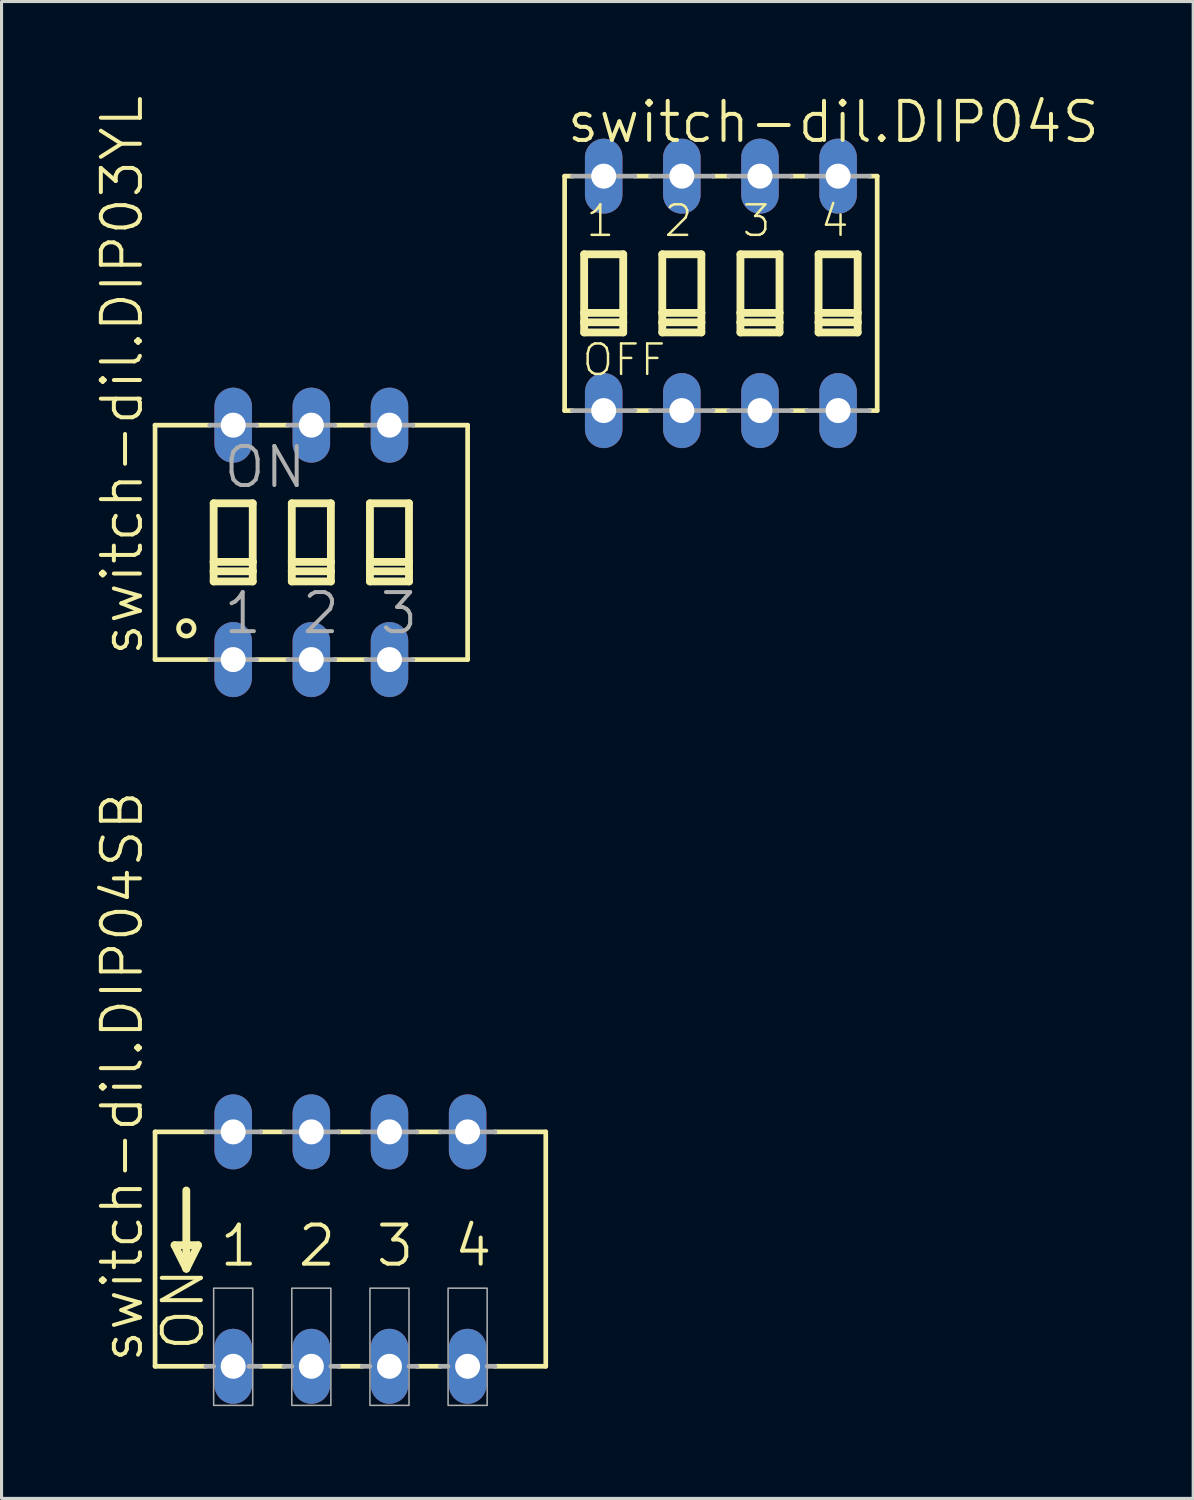
<source format=kicad_pcb>
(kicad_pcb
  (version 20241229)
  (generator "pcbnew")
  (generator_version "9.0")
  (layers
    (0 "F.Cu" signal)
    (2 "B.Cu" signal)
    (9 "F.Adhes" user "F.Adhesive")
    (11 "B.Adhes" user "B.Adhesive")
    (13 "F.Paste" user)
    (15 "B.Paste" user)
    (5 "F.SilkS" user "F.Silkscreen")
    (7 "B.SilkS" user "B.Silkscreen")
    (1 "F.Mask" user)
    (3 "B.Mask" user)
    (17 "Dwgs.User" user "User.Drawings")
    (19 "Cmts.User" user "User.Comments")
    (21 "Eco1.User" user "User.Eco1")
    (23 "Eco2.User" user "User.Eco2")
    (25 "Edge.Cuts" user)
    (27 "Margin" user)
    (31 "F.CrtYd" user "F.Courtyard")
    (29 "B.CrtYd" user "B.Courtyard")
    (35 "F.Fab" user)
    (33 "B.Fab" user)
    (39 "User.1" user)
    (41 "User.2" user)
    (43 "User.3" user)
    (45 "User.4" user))
  (footprint "switch-dil.DIP03YL"
    (layer "F.Cu")
    (at 7.07 14.58)
    (property "Reference" "switch-dil.DIP03YL" (at -5.41 3.759 90) (layer "F.SilkS") (effects (font (size 1.27 1.27) (thickness 0.13)) (justify left bottom)))
    (attr through_hole)
    (fp_line (start -5.08 -3.81) (end -5.08 3.81) (stroke (width 0.152) (type default)) (layer "F.SilkS"))
    (fp_line (start -5.08 -3.81) (end -3.302 -3.81) (stroke (width 0.152) (type default)) (layer "F.SilkS"))
    (fp_line (start -5.08 3.81) (end -3.302 3.81) (stroke (width 0.152) (type default)) (layer "F.SilkS"))
    (fp_line (start -3.175 -1.27) (end -3.175 0.635) (stroke (width 0.254) (type default)) (layer "F.SilkS"))
    (fp_line (start -3.175 0.635) (end -3.175 0.94) (stroke (width 0.254) (type default)) (layer "F.SilkS"))
    (fp_line (start -3.175 0.635) (end -1.905 0.635) (stroke (width 0.254) (type default)) (layer "F.SilkS"))
    (fp_line (start -3.175 0.94) (end -3.175 1.27) (stroke (width 0.254) (type default)) (layer "F.SilkS"))
    (fp_line (start -3.175 0.94) (end -1.905 0.94) (stroke (width 0.254) (type default)) (layer "F.SilkS"))
    (fp_line (start -3.175 1.27) (end -1.905 1.27) (stroke (width 0.254) (type default)) (layer "F.SilkS"))
    (fp_line (start -1.905 -1.27) (end -3.175 -1.27) (stroke (width 0.254) (type default)) (layer "F.SilkS"))
    (fp_line (start -1.905 0.635) (end -1.905 -1.27) (stroke (width 0.254) (type default)) (layer "F.SilkS"))
    (fp_line (start -1.905 0.94) (end -1.905 0.635) (stroke (width 0.254) (type default)) (layer "F.SilkS"))
    (fp_line (start -1.905 1.27) (end -1.905 0.94) (stroke (width 0.254) (type default)) (layer "F.SilkS"))
    (fp_line (start -1.778 3.81) (end -0.762 3.81) (stroke (width 0.152) (type default)) (layer "F.SilkS"))
    (fp_line (start -0.762 -3.81) (end -1.778 -3.81) (stroke (width 0.152) (type default)) (layer "F.SilkS"))
    (fp_line (start -0.635 -1.27) (end -0.635 0.635) (stroke (width 0.254) (type default)) (layer "F.SilkS"))
    (fp_line (start -0.635 0.635) (end -0.635 0.94) (stroke (width 0.254) (type default)) (layer "F.SilkS"))
    (fp_line (start -0.635 0.635) (end 0.635 0.635) (stroke (width 0.254) (type default)) (layer "F.SilkS"))
    (fp_line (start -0.635 0.94) (end -0.635 1.27) (stroke (width 0.254) (type default)) (layer "F.SilkS"))
    (fp_line (start -0.635 0.94) (end 0.635 0.94) (stroke (width 0.254) (type default)) (layer "F.SilkS"))
    (fp_line (start -0.635 1.27) (end 0.635 1.27) (stroke (width 0.254) (type default)) (layer "F.SilkS"))
    (fp_line (start 0.635 -1.27) (end -0.635 -1.27) (stroke (width 0.254) (type default)) (layer "F.SilkS"))
    (fp_line (start 0.635 0.635) (end 0.635 -1.27) (stroke (width 0.254) (type default)) (layer "F.SilkS"))
    (fp_line (start 0.635 0.94) (end 0.635 0.635) (stroke (width 0.254) (type default)) (layer "F.SilkS"))
    (fp_line (start 0.635 1.27) (end 0.635 0.94) (stroke (width 0.254) (type default)) (layer "F.SilkS"))
    (fp_line (start 0.762 3.81) (end 1.778 3.81) (stroke (width 0.152) (type default)) (layer "F.SilkS"))
    (fp_line (start 1.778 -3.81) (end 0.762 -3.81) (stroke (width 0.152) (type default)) (layer "F.SilkS"))
    (fp_line (start 1.905 -1.27) (end 1.905 0.635) (stroke (width 0.254) (type default)) (layer "F.SilkS"))
    (fp_line (start 1.905 0.635) (end 1.905 0.94) (stroke (width 0.254) (type default)) (layer "F.SilkS"))
    (fp_line (start 1.905 0.635) (end 3.175 0.635) (stroke (width 0.254) (type default)) (layer "F.SilkS"))
    (fp_line (start 1.905 0.94) (end 1.905 1.27) (stroke (width 0.254) (type default)) (layer "F.SilkS"))
    (fp_line (start 1.905 0.94) (end 3.175 0.94) (stroke (width 0.254) (type default)) (layer "F.SilkS"))
    (fp_line (start 1.905 1.27) (end 3.175 1.27) (stroke (width 0.254) (type default)) (layer "F.SilkS"))
    (fp_line (start 3.175 -1.27) (end 1.905 -1.27) (stroke (width 0.254) (type default)) (layer "F.SilkS"))
    (fp_line (start 3.175 0.635) (end 3.175 -1.27) (stroke (width 0.254) (type default)) (layer "F.SilkS"))
    (fp_line (start 3.175 0.94) (end 3.175 0.635) (stroke (width 0.254) (type default)) (layer "F.SilkS"))
    (fp_line (start 3.175 1.27) (end 3.175 0.94) (stroke (width 0.254) (type default)) (layer "F.SilkS"))
    (fp_line (start 5.08 -3.81) (end 3.302 -3.81) (stroke (width 0.152) (type default)) (layer "F.SilkS"))
    (fp_line (start 5.08 3.81) (end 3.302 3.81) (stroke (width 0.152) (type default)) (layer "F.SilkS"))
    (fp_line (start 5.08 3.81) (end 5.08 -3.81) (stroke (width 0.152) (type default)) (layer "F.SilkS"))
    (fp_circle (center -4.064 2.794) (end -3.81 2.794) (stroke (width 0.152) (type default)) (fill no) (layer "F.SilkS"))
    (fp_line (start -3.302 3.81) (end -1.778 3.81) (stroke (width 0.152) (type default)) (layer "F.Fab"))
    (fp_line (start -1.778 -3.81) (end -3.302 -3.81) (stroke (width 0.152) (type default)) (layer "F.Fab"))
    (fp_line (start -0.762 3.81) (end 0.762 3.81) (stroke (width 0.152) (type default)) (layer "F.Fab"))
    (fp_line (start 0.762 -3.81) (end -0.762 -3.81) (stroke (width 0.152) (type default)) (layer "F.Fab"))
    (fp_line (start 1.778 3.81) (end 3.302 3.81) (stroke (width 0.152) (type default)) (layer "F.Fab"))
    (fp_line (start 3.302 -3.81) (end 1.778 -3.81) (stroke (width 0.152) (type default)) (layer "F.Fab"))
    (fp_text user "1" (at -2.921 3.048 0) (layer "F.Fab") (effects (font (size 1.27 1.27) (thickness 0.13)) (justify left bottom)))
    (fp_text user "ON" (at -2.921 -1.702 0) (layer "F.Fab") (effects (font (size 1.27 1.27) (thickness 0.13)) (justify left bottom)))
    (fp_text user "3" (at 2.159 3.048 0) (layer "F.Fab") (effects (font (size 1.27 1.27) (thickness 0.13)) (justify left bottom)))
    (fp_text user "2" (at -0.381 3.048 0) (layer "F.Fab") (effects (font (size 1.27 1.27) (thickness 0.13)) (justify left bottom)))
    (pad "1" thru_hole oval (at -2.54 3.81 90) (size 2.438 1.219) (drill 0.813) (layers "*.Cu" "*.Mask"))
    (pad "2" thru_hole oval (at 0 3.81 90) (size 2.438 1.219) (drill 0.813) (layers "*.Cu" "*.Mask"))
    (pad "3" thru_hole oval (at 2.54 3.81 90) (size 2.438 1.219) (drill 0.813) (layers "*.Cu" "*.Mask"))
    (pad "4" thru_hole oval (at 2.54 -3.81 90) (size 2.438 1.219) (drill 0.813) (layers "*.Cu" "*.Mask"))
    (pad "5" thru_hole oval (at 0 -3.81 90) (size 2.438 1.219) (drill 0.813) (layers "*.Cu" "*.Mask"))
    (pad "6" thru_hole oval (at -2.54 -3.81 90) (size 2.438 1.219) (drill 0.813) (layers "*.Cu" "*.Mask")))
  (footprint "switch-dil.DIP04S"
    (layer "F.Cu")
    (at 20.383 6.486)
    (property "Reference" "switch-dil.DIP04S" (at -5.08 -4.826 0) (layer "F.SilkS") (effects (font (size 1.27 1.27) (thickness 0.13)) (justify left bottom)))
    (attr through_hole)
    (fp_line (start -5.08 3.81) (end -5.08 -3.81) (stroke (width 0.152) (type default)) (layer "F.SilkS"))
    (fp_line (start -4.826 -3.81) (end -5.08 -3.81) (stroke (width 0.152) (type default)) (layer "F.SilkS"))
    (fp_line (start -4.826 3.81) (end -5.08 3.81) (stroke (width 0.152) (type default)) (layer "F.SilkS"))
    (fp_line (start -4.445 -1.27) (end -4.445 0.635) (stroke (width 0.254) (type default)) (layer "F.SilkS"))
    (fp_line (start -4.445 0.635) (end -4.445 0.94) (stroke (width 0.254) (type default)) (layer "F.SilkS"))
    (fp_line (start -4.445 0.635) (end -3.175 0.635) (stroke (width 0.254) (type default)) (layer "F.SilkS"))
    (fp_line (start -4.445 0.94) (end -4.445 1.27) (stroke (width 0.254) (type default)) (layer "F.SilkS"))
    (fp_line (start -4.445 0.94) (end -3.175 0.94) (stroke (width 0.254) (type default)) (layer "F.SilkS"))
    (fp_line (start -4.445 1.27) (end -3.175 1.27) (stroke (width 0.254) (type default)) (layer "F.SilkS"))
    (fp_line (start -3.175 -1.27) (end -4.445 -1.27) (stroke (width 0.254) (type default)) (layer "F.SilkS"))
    (fp_line (start -3.175 0.635) (end -3.175 -1.27) (stroke (width 0.254) (type default)) (layer "F.SilkS"))
    (fp_line (start -3.175 0.94) (end -3.175 0.635) (stroke (width 0.254) (type default)) (layer "F.SilkS"))
    (fp_line (start -3.175 1.27) (end -3.175 0.94) (stroke (width 0.254) (type default)) (layer "F.SilkS"))
    (fp_line (start -2.794 -3.81) (end -2.286 -3.81) (stroke (width 0.152) (type default)) (layer "F.SilkS"))
    (fp_line (start -2.794 3.81) (end -2.286 3.81) (stroke (width 0.152) (type default)) (layer "F.SilkS"))
    (fp_line (start -1.905 -1.27) (end -1.905 0.635) (stroke (width 0.254) (type default)) (layer "F.SilkS"))
    (fp_line (start -1.905 0.635) (end -1.905 0.94) (stroke (width 0.254) (type default)) (layer "F.SilkS"))
    (fp_line (start -1.905 0.635) (end -0.635 0.635) (stroke (width 0.254) (type default)) (layer "F.SilkS"))
    (fp_line (start -1.905 0.94) (end -1.905 1.27) (stroke (width 0.254) (type default)) (layer "F.SilkS"))
    (fp_line (start -1.905 0.94) (end -0.635 0.94) (stroke (width 0.254) (type default)) (layer "F.SilkS"))
    (fp_line (start -1.905 1.27) (end -0.635 1.27) (stroke (width 0.254) (type default)) (layer "F.SilkS"))
    (fp_line (start -0.635 -1.27) (end -1.905 -1.27) (stroke (width 0.254) (type default)) (layer "F.SilkS"))
    (fp_line (start -0.635 0.635) (end -0.635 -1.27) (stroke (width 0.254) (type default)) (layer "F.SilkS"))
    (fp_line (start -0.635 0.94) (end -0.635 0.635) (stroke (width 0.254) (type default)) (layer "F.SilkS"))
    (fp_line (start -0.635 1.27) (end -0.635 0.94) (stroke (width 0.254) (type default)) (layer "F.SilkS"))
    (fp_line (start -0.254 -3.81) (end 0.254 -3.81) (stroke (width 0.152) (type default)) (layer "F.SilkS"))
    (fp_line (start -0.254 3.81) (end 0.254 3.81) (stroke (width 0.152) (type default)) (layer "F.SilkS"))
    (fp_line (start 0.635 -1.27) (end 0.635 0.635) (stroke (width 0.254) (type default)) (layer "F.SilkS"))
    (fp_line (start 0.635 0.635) (end 0.635 0.94) (stroke (width 0.254) (type default)) (layer "F.SilkS"))
    (fp_line (start 0.635 0.635) (end 1.905 0.635) (stroke (width 0.254) (type default)) (layer "F.SilkS"))
    (fp_line (start 0.635 0.94) (end 0.635 1.27) (stroke (width 0.254) (type default)) (layer "F.SilkS"))
    (fp_line (start 0.635 0.94) (end 1.905 0.94) (stroke (width 0.254) (type default)) (layer "F.SilkS"))
    (fp_line (start 0.635 1.27) (end 1.905 1.27) (stroke (width 0.254) (type default)) (layer "F.SilkS"))
    (fp_line (start 1.905 -1.27) (end 0.635 -1.27) (stroke (width 0.254) (type default)) (layer "F.SilkS"))
    (fp_line (start 1.905 0.635) (end 1.905 -1.27) (stroke (width 0.254) (type default)) (layer "F.SilkS"))
    (fp_line (start 1.905 0.94) (end 1.905 0.635) (stroke (width 0.254) (type default)) (layer "F.SilkS"))
    (fp_line (start 1.905 1.27) (end 1.905 0.94) (stroke (width 0.254) (type default)) (layer "F.SilkS"))
    (fp_line (start 2.286 -3.81) (end 2.794 -3.81) (stroke (width 0.152) (type default)) (layer "F.SilkS"))
    (fp_line (start 2.286 3.81) (end 2.794 3.81) (stroke (width 0.152) (type default)) (layer "F.SilkS"))
    (fp_line (start 3.175 -1.27) (end 3.175 0.635) (stroke (width 0.254) (type default)) (layer "F.SilkS"))
    (fp_line (start 3.175 0.635) (end 3.175 0.94) (stroke (width 0.254) (type default)) (layer "F.SilkS"))
    (fp_line (start 3.175 0.635) (end 4.445 0.635) (stroke (width 0.254) (type default)) (layer "F.SilkS"))
    (fp_line (start 3.175 0.94) (end 3.175 1.27) (stroke (width 0.254) (type default)) (layer "F.SilkS"))
    (fp_line (start 3.175 0.94) (end 4.445 0.94) (stroke (width 0.254) (type default)) (layer "F.SilkS"))
    (fp_line (start 3.175 1.27) (end 4.445 1.27) (stroke (width 0.254) (type default)) (layer "F.SilkS"))
    (fp_line (start 4.445 -1.27) (end 3.175 -1.27) (stroke (width 0.254) (type default)) (layer "F.SilkS"))
    (fp_line (start 4.445 0.635) (end 4.445 -1.27) (stroke (width 0.254) (type default)) (layer "F.SilkS"))
    (fp_line (start 4.445 0.94) (end 4.445 0.635) (stroke (width 0.254) (type default)) (layer "F.SilkS"))
    (fp_line (start 4.445 1.27) (end 4.445 0.94) (stroke (width 0.254) (type default)) (layer "F.SilkS"))
    (fp_line (start 4.826 -3.81) (end 5.08 -3.81) (stroke (width 0.152) (type default)) (layer "F.SilkS"))
    (fp_line (start 4.826 3.81) (end 5.08 3.81) (stroke (width 0.152) (type default)) (layer "F.SilkS"))
    (fp_line (start 5.08 -3.81) (end 5.08 3.81) (stroke (width 0.152) (type default)) (layer "F.SilkS"))
    (fp_line (start -4.826 -3.81) (end -2.794 -3.81) (stroke (width 0.152) (type default)) (layer "F.Fab"))
    (fp_line (start -2.794 3.81) (end -4.826 3.81) (stroke (width 0.152) (type default)) (layer "F.Fab"))
    (fp_line (start -2.286 -3.81) (end -0.254 -3.81) (stroke (width 0.152) (type default)) (layer "F.Fab"))
    (fp_line (start -2.286 3.81) (end -0.254 3.81) (stroke (width 0.152) (type default)) (layer "F.Fab"))
    (fp_line (start 0.254 -3.81) (end 2.286 -3.81) (stroke (width 0.152) (type default)) (layer "F.Fab"))
    (fp_line (start 0.254 3.81) (end 2.286 3.81) (stroke (width 0.152) (type default)) (layer "F.Fab"))
    (fp_line (start 2.794 -3.81) (end 4.826 -3.81) (stroke (width 0.152) (type default)) (layer "F.Fab"))
    (fp_line (start 2.794 3.81) (end 4.826 3.81) (stroke (width 0.152) (type default)) (layer "F.Fab"))
    (fp_text user "2" (at -1.905 -1.778 0) (layer "F.SilkS") (effects (font (size 0.991 0.991) (thickness 0.08)) (justify left bottom)))
    (fp_text user "OFF" (at -4.572 2.743 0) (layer "F.SilkS") (effects (font (size 0.991 0.991) (thickness 0.08)) (justify left bottom)))
    (fp_text user "4" (at 3.175 -1.778 0) (layer "F.SilkS") (effects (font (size 0.991 0.991) (thickness 0.08)) (justify left bottom)))
    (fp_text user "3" (at 0.635 -1.778 0) (layer "F.SilkS") (effects (font (size 0.991 0.991) (thickness 0.08)) (justify left bottom)))
    (fp_text user "1" (at -4.445 -1.778 0) (layer "F.SilkS") (effects (font (size 0.991 0.991) (thickness 0.08)) (justify left bottom)))
    (pad "1" thru_hole oval (at -3.81 3.81 90) (size 2.438 1.219) (drill 0.813) (layers "*.Cu" "*.Mask"))
    (pad "2" thru_hole oval (at -1.27 3.81 90) (size 2.438 1.219) (drill 0.813) (layers "*.Cu" "*.Mask"))
    (pad "3" thru_hole oval (at 1.27 3.81 90) (size 2.438 1.219) (drill 0.813) (layers "*.Cu" "*.Mask"))
    (pad "4" thru_hole oval (at 3.81 3.81 90) (size 2.438 1.219) (drill 0.813) (layers "*.Cu" "*.Mask"))
    (pad "5" thru_hole oval (at 3.81 -3.81 90) (size 2.438 1.219) (drill 0.813) (layers "*.Cu" "*.Mask"))
    (pad "6" thru_hole oval (at 1.27 -3.81 90) (size 2.438 1.219) (drill 0.813) (layers "*.Cu" "*.Mask"))
    (pad "7" thru_hole oval (at -1.27 -3.81 90) (size 2.438 1.219) (drill 0.813) (layers "*.Cu" "*.Mask"))
    (pad "8" thru_hole oval (at -3.81 -3.81 90) (size 2.438 1.219) (drill 0.813) (layers "*.Cu" "*.Mask")))
  (footprint "switch-dil.DIP04SB"
    (layer "F.Cu")
    (at 8.34 37.552)
    (property "Reference" "switch-dil.DIP04SB" (at -6.68 3.759 90) (layer "F.SilkS") (effects (font (size 1.27 1.27) (thickness 0.13)) (justify left bottom)))
    (attr through_hole)
    (fp_line (start -6.35 -3.81) (end -6.35 3.81) (stroke (width 0.152) (type default)) (layer "F.SilkS"))
    (fp_line (start -6.35 -3.81) (end -4.699 -3.81) (stroke (width 0.152) (type default)) (layer "F.SilkS"))
    (fp_line (start -6.35 3.81) (end -4.699 3.81) (stroke (width 0.152) (type default)) (layer "F.SilkS"))
    (fp_line (start -5.715 -0.127) (end -5.334 0.635) (stroke (width 0.254) (type default)) (layer "F.SilkS"))
    (fp_line (start -5.334 -1.905) (end -5.334 0.635) (stroke (width 0.254) (type default)) (layer "F.SilkS"))
    (fp_line (start -5.334 0.635) (end -4.953 -0.127) (stroke (width 0.254) (type default)) (layer "F.SilkS"))
    (fp_line (start -4.953 -0.127) (end -5.715 -0.127) (stroke (width 0.254) (type default)) (layer "F.SilkS"))
    (fp_line (start -2.921 3.81) (end -2.159 3.81) (stroke (width 0.152) (type default)) (layer "F.SilkS"))
    (fp_line (start -2.159 -3.81) (end -2.921 -3.81) (stroke (width 0.152) (type default)) (layer "F.SilkS"))
    (fp_line (start -0.381 3.81) (end 0.381 3.81) (stroke (width 0.152) (type default)) (layer "F.SilkS"))
    (fp_line (start 0.381 -3.81) (end -0.381 -3.81) (stroke (width 0.152) (type default)) (layer "F.SilkS"))
    (fp_line (start 2.159 3.81) (end 2.921 3.81) (stroke (width 0.152) (type default)) (layer "F.SilkS"))
    (fp_line (start 2.921 -3.81) (end 2.159 -3.81) (stroke (width 0.152) (type default)) (layer "F.SilkS"))
    (fp_line (start 6.35 -3.81) (end 4.699 -3.81) (stroke (width 0.152) (type default)) (layer "F.SilkS"))
    (fp_line (start 6.35 3.81) (end 4.699 3.81) (stroke (width 0.152) (type default)) (layer "F.SilkS"))
    (fp_line (start 6.35 3.81) (end 6.35 -3.81) (stroke (width 0.152) (type default)) (layer "F.SilkS"))
    (fp_line (start -4.699 3.81) (end -4.445 3.81) (stroke (width 0.152) (type default)) (layer "F.Fab"))
    (fp_line (start -3.302 3.81) (end -2.921 3.81) (stroke (width 0.152) (type default)) (layer "F.Fab"))
    (fp_line (start -2.921 -3.81) (end -4.699 -3.81) (stroke (width 0.152) (type default)) (layer "F.Fab"))
    (fp_line (start -2.159 3.81) (end -1.905 3.81) (stroke (width 0.152) (type default)) (layer "F.Fab"))
    (fp_line (start -0.635 3.81) (end -0.381 3.81) (stroke (width 0.152) (type default)) (layer "F.Fab"))
    (fp_line (start -0.381 -3.81) (end -2.159 -3.81) (stroke (width 0.152) (type default)) (layer "F.Fab"))
    (fp_line (start 0.381 3.81) (end 0.635 3.81) (stroke (width 0.152) (type default)) (layer "F.Fab"))
    (fp_line (start 1.905 3.81) (end 2.159 3.81) (stroke (width 0.152) (type default)) (layer "F.Fab"))
    (fp_line (start 2.159 -3.81) (end 0.381 -3.81) (stroke (width 0.152) (type default)) (layer "F.Fab"))
    (fp_line (start 2.921 3.81) (end 3.175 3.81) (stroke (width 0.152) (type default)) (layer "F.Fab"))
    (fp_line (start 4.445 3.81) (end 4.699 3.81) (stroke (width 0.152) (type default)) (layer "F.Fab"))
    (fp_line (start 4.699 -3.81) (end 2.921 -3.81) (stroke (width 0.152) (type default)) (layer "F.Fab"))
    (fp_rect (start -4.445 5.08) (end -3.175 1.27) (stroke (width 0.05) (type default)) (fill no) (layer "F.Fab"))
    (fp_rect (start -1.905 5.08) (end -0.635 1.27) (stroke (width 0.05) (type default)) (fill no) (layer "F.Fab"))
    (fp_rect (start 0.635 5.08) (end 1.905 1.27) (stroke (width 0.05) (type default)) (fill no) (layer "F.Fab"))
    (fp_rect (start 3.175 5.08) (end 4.445 1.27) (stroke (width 0.05) (type default)) (fill no) (layer "F.Fab"))
    (fp_text user "ON" (at -4.699 3.378 90) (layer "F.SilkS") (effects (font (size 1.27 1.27) (thickness 0.13)) (justify left bottom)))
    (fp_text user "3" (at 0.762 0.635 0) (layer "F.SilkS") (effects (font (size 1.27 1.27) (thickness 0.13)) (justify left bottom)))
    (fp_text user "2" (at -1.778 0.635 0) (layer "F.SilkS") (effects (font (size 1.27 1.27) (thickness 0.13)) (justify left bottom)))
    (fp_text user "1" (at -4.318 0.635 0) (layer "F.SilkS") (effects (font (size 1.27 1.27) (thickness 0.13)) (justify left bottom)))
    (fp_text user "4" (at 3.302 0.635 0) (layer "F.SilkS") (effects (font (size 1.27 1.27) (thickness 0.13)) (justify left bottom)))
    (pad "1" thru_hole oval (at -3.81 3.81 90) (size 2.438 1.219) (drill 0.813) (layers "*.Cu" "*.Mask"))
    (pad "2" thru_hole oval (at -1.27 3.81 90) (size 2.438 1.219) (drill 0.813) (layers "*.Cu" "*.Mask"))
    (pad "3" thru_hole oval (at 1.27 3.81 90) (size 2.438 1.219) (drill 0.813) (layers "*.Cu" "*.Mask"))
    (pad "4" thru_hole oval (at 3.81 3.81 90) (size 2.438 1.219) (drill 0.813) (layers "*.Cu" "*.Mask"))
    (pad "5" thru_hole oval (at 3.81 -3.81 90) (size 2.438 1.219) (drill 0.813) (layers "*.Cu" "*.Mask"))
    (pad "6" thru_hole oval (at 1.27 -3.81 90) (size 2.438 1.219) (drill 0.813) (layers "*.Cu" "*.Mask"))
    (pad "7" thru_hole oval (at -1.27 -3.81 90) (size 2.438 1.219) (drill 0.813) (layers "*.Cu" "*.Mask"))
    (pad "8" thru_hole oval (at -3.81 -3.81 90) (size 2.438 1.219) (drill 0.813) (layers "*.Cu" "*.Mask")))
  (gr_rect
    (start -3 -3)
    (end 35.735 45.657)
    (stroke (width 0.1) (type default))
    (fill no)
    (layer "Edge.Cuts")))
</source>
